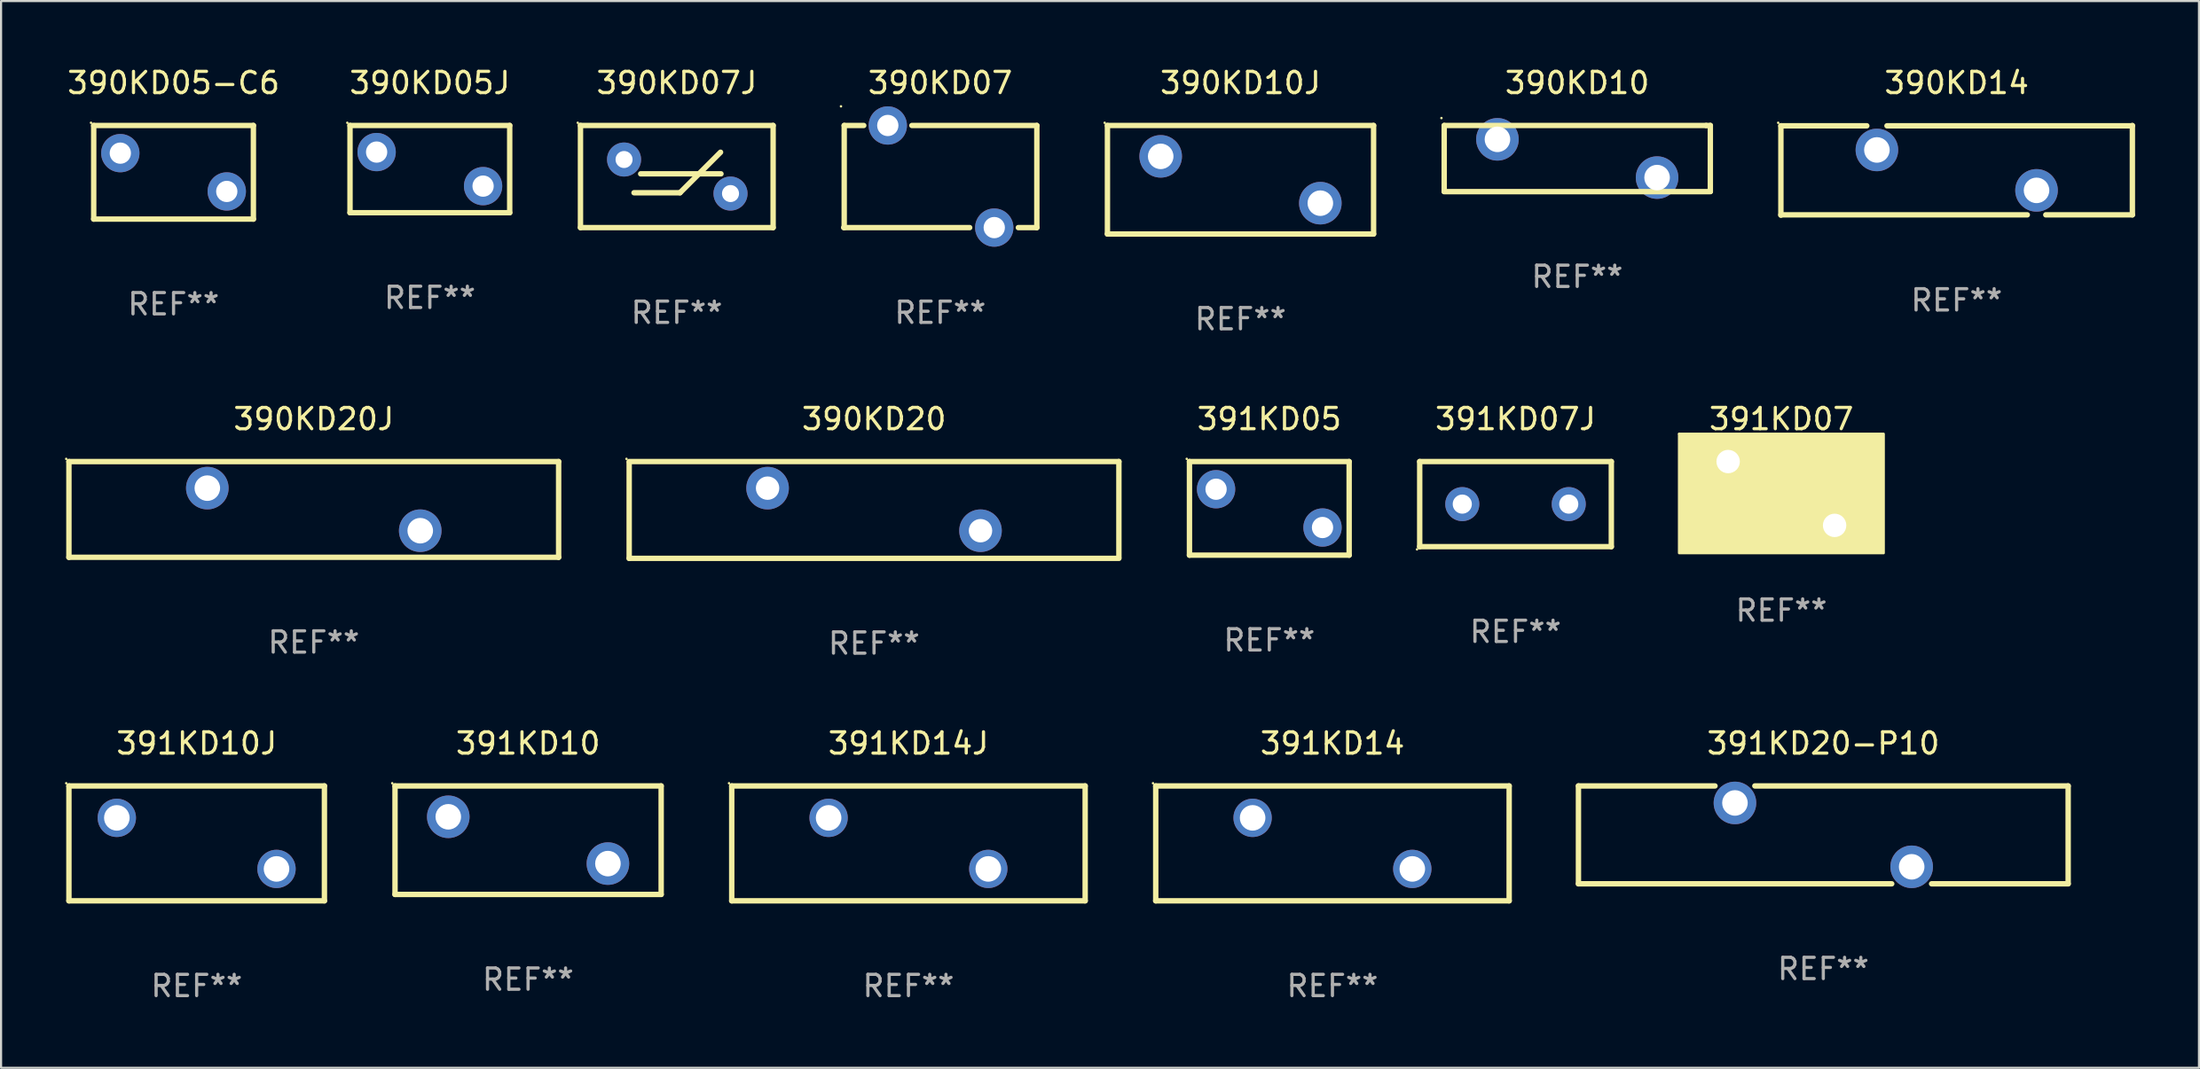
<source format=kicad_pcb>
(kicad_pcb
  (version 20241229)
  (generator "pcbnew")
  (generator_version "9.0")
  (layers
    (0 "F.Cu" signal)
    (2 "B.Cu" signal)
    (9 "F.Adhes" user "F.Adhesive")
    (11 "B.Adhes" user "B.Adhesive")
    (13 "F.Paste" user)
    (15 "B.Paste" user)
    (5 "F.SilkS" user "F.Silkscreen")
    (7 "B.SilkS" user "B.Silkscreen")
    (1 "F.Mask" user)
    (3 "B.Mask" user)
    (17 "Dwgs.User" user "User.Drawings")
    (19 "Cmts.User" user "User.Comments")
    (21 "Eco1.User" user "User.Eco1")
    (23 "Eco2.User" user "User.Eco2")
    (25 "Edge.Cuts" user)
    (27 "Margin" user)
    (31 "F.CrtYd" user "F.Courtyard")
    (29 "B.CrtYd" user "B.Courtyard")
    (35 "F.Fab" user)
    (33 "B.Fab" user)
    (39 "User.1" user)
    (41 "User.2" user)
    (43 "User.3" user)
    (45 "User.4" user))
  (footprint "390KD10J"
    (layer "F.Cu")
    (at 55.212 5.399)
    (property "Reference" "390KD10J" (at 0 -4.55 0) (layer "F.SilkS") (effects (font (size 1 1) (thickness 0.15))))
    (attr through_hole)
    (fp_line (start -6.249 -2.55) (end 6.251 -2.55) (stroke (width 0.254) (type solid)) (layer "F.SilkS"))
    (fp_line (start -6.249 2.55) (end -6.249 -2.55) (stroke (width 0.254) (type solid)) (layer "F.SilkS"))
    (fp_line (start 6.251 -2.55) (end 6.251 2.55) (stroke (width 0.254) (type solid)) (layer "F.SilkS"))
    (fp_line (start 6.251 2.55) (end -6.251 2.55) (stroke (width 0.254) (type solid)) (layer "F.SilkS"))
    (fp_circle (center -6.378 -2.677) (end -6.348 -2.677) (stroke (width 0.06) (type solid)) (fill no) (layer "F.SilkS"))
    (fp_text user "REF**" (at 0 6.55 0) (layer "F.Fab") (effects (font (size 1 1) (thickness 0.15))))
    (pad "1" thru_hole circle (at -3.748 -1.1) (size 2 2) (drill 1.2) (layers "*.Cu" "*.Mask"))
    (pad "2" thru_hole circle (at 3.75 1.1) (size 2 2) (drill 1.2) (layers "*.Cu" "*.Mask")))
  (footprint "390KD07J"
    (layer "F.Cu")
    (at 28.737 5.248)
    (property "Reference" "390KD07J" (at 0 -4.4 0) (layer "F.SilkS") (effects (font (size 1 1) (thickness 0.15))))
    (attr through_hole)
    (fp_line (start -4.524 -2.4) (end -4.524 2.4) (stroke (width 0.254) (type solid)) (layer "F.SilkS"))
    (fp_line (start -4.524 -2.4) (end 4.524 -2.4) (stroke (width 0.254) (type solid)) (layer "F.SilkS"))
    (fp_line (start -4.524 2.4) (end 4.524 2.4) (stroke (width 0.254) (type solid)) (layer "F.SilkS"))
    (fp_line (start -2.009 0.762) (end 0.15 0.762) (stroke (width 0.254) (type solid)) (layer "F.SilkS"))
    (fp_line (start -1.696 -0.127) (end 2.075 -0.127) (stroke (width 0.254) (type solid)) (layer "F.SilkS"))
    (fp_line (start 0.15 0.762) (end 2.055 -1.143) (stroke (width 0.254) (type solid)) (layer "F.SilkS"))
    (fp_line (start 4.524 -2.4) (end 4.524 2.4) (stroke (width 0.254) (type solid)) (layer "F.SilkS"))
    (fp_circle (center -4.651 -2.527) (end -4.621 -2.527) (stroke (width 0.06) (type solid)) (fill no) (layer "F.SilkS"))
    (fp_text user "REF**" (at 0 6.4 0) (layer "F.Fab") (effects (font (size 1 1) (thickness 0.15))))
    (pad "1" thru_hole circle (at -2.477 -0.8) (size 1.6 1.6) (drill 0.8) (layers "*.Cu" "*.Mask"))
    (pad "2" thru_hole circle (at 2.523 0.8) (size 1.6 1.6) (drill 0.8) (layers "*.Cu" "*.Mask")))
  (footprint "391KD14"
    (layer "F.Cu")
    (at 59.531 36.592)
    (property "Reference" "391KD14" (at 0 -4.7 0) (layer "F.SilkS") (effects (font (size 1 1) (thickness 0.15))))
    (attr through_hole)
    (fp_line (start -8.3 -2.7) (end 8.3 -2.7) (stroke (width 0.254) (type solid)) (layer "F.SilkS"))
    (fp_line (start -8.3 2.7) (end -8.3 -2.7) (stroke (width 0.254) (type solid)) (layer "F.SilkS"))
    (fp_line (start 8.3 -2.7) (end 8.3 2.7) (stroke (width 0.254) (type solid)) (layer "F.SilkS"))
    (fp_line (start 8.3 2.7) (end -8.3 2.7) (stroke (width 0.254) (type solid)) (layer "F.SilkS"))
    (fp_circle (center -8.427 -2.827) (end -8.397 -2.827) (stroke (width 0.06) (type solid)) (fill no) (layer "F.SilkS"))
    (fp_text user "REF**" (at 0 6.7 0) (layer "F.Fab") (effects (font (size 1 1) (thickness 0.15))))
    (pad "1" thru_hole circle (at -3.75 -1.2) (size 1.8 1.8) (drill 1.2) (layers "*.Cu" "*.Mask"))
    (pad "2" thru_hole circle (at 3.75 1.2) (size 1.8 1.8) (drill 1.2) (layers "*.Cu" "*.Mask")))
  (footprint "391KD20-P10"
    (layer "F.Cu")
    (at 82.585 36.192)
    (property "Reference" "391KD20-P10" (at 0 -4.3 0) (layer "F.SilkS") (effects (font (size 1 1) (thickness 0.15))))
    (attr through_hole)
    (fp_line (start -11.5 -2.3) (end -5.086 -2.3) (stroke (width 0.254) (type solid)) (layer "F.SilkS"))
    (fp_line (start -11.5 2.3) (end -11.5 -2.3) (stroke (width 0.254) (type solid)) (layer "F.SilkS"))
    (fp_line (start -3.215 -2.3) (end 11.5 -2.3) (stroke (width 0.254) (type solid)) (layer "F.SilkS"))
    (fp_line (start 3.214 2.3) (end -11.5 2.3) (stroke (width 0.254) (type solid)) (layer "F.SilkS"))
    (fp_line (start 11.5 -2.3) (end 11.5 2.3) (stroke (width 0.254) (type solid)) (layer "F.SilkS"))
    (fp_line (start 11.5 2.3) (end 5.086 2.3) (stroke (width 0.254) (type solid)) (layer "F.SilkS"))
    (fp_circle (center -11.5 -2.3) (end -11.47 -2.3) (stroke (width 0.06) (type solid)) (fill no) (layer "F.SilkS"))
    (fp_text user "REF**" (at 0 6.3 0) (layer "F.Fab") (effects (font (size 1 1) (thickness 0.15))))
    (pad "1" thru_hole circle (at -4.15 -1.501) (size 2 2) (drill 1.2) (layers "*.Cu" "*.Mask"))
    (pad "2" thru_hole circle (at 4.15 1.501) (size 2 2) (drill 1.2) (layers "*.Cu" "*.Mask")))
  (footprint "391KD07J"
    (layer "F.Cu")
    (at 68.129 20.645)
    (property "Reference" "391KD07J" (at 0 -4 0) (layer "F.SilkS") (effects (font (size 1 1) (thickness 0.15))))
    (attr through_hole)
    (fp_line (start -4.5 -2) (end 4.5 -2) (stroke (width 0.254) (type solid)) (layer "F.SilkS"))
    (fp_line (start -4.5 2) (end -4.5 -2) (stroke (width 0.254) (type solid)) (layer "F.SilkS"))
    (fp_line (start 4.5 -2) (end 4.5 2) (stroke (width 0.254) (type solid)) (layer "F.SilkS"))
    (fp_line (start 4.5 2) (end -4.5 2) (stroke (width 0.254) (type solid)) (layer "F.SilkS"))
    (fp_circle (center -4.627 2.127) (end -4.597 2.127) (stroke (width 0.06) (type solid)) (fill no) (layer "F.SilkS"))
    (fp_text user "REF**" (at 0 6 0) (layer "F.Fab") (effects (font (size 1 1) (thickness 0.15))))
    (pad "1" thru_hole circle (at -2.5 0) (size 1.6 1.6) (drill 0.9) (layers "*.Cu" "*.Mask"))
    (pad "2" thru_hole circle (at 2.5 0) (size 1.6 1.6) (drill 0.9) (layers "*.Cu" "*.Mask")))
  (footprint "390KD14"
    (layer "F.Cu")
    (at 88.847 4.956)
    (property "Reference" "390KD14" (at 0 -4.108 0) (layer "F.SilkS") (effects (font (size 1 1) (thickness 0.15))))
    (attr through_hole)
    (fp_line (start -8.254 -2.093) (end -4.219 -2.093) (stroke (width 0.254) (type solid)) (layer "F.SilkS"))
    (fp_line (start -8.254 2.108) (end -8.254 -2.093) (stroke (width 0.254) (type solid)) (layer "F.SilkS"))
    (fp_line (start -3.271 -2.093) (end 8.254 -2.093) (stroke (width 0.254) (type solid)) (layer "F.SilkS"))
    (fp_line (start 3.319 2.092) (end -8.254 2.092) (stroke (width 0.254) (type solid)) (layer "F.SilkS"))
    (fp_line (start 8.254 -2.108) (end 8.254 2.092) (stroke (width 0.254) (type solid)) (layer "F.SilkS"))
    (fp_line (start 8.254 2.092) (end 4.188 2.092) (stroke (width 0.254) (type solid)) (layer "F.SilkS"))
    (fp_circle (center -8.381 -2.235) (end -8.351 -2.235) (stroke (width 0.06) (type solid)) (fill no) (layer "F.SilkS"))
    (fp_text user "REF**" (at 0 6.108 0) (layer "F.Fab") (effects (font (size 1 1) (thickness 0.15))))
    (pad "1" thru_hole circle (at -3.745 -0.958) (size 2 2) (drill 1.2) (layers "*.Cu" "*.Mask"))
    (pad "2" thru_hole circle (at 3.753 0.942) (size 2 2) (drill 1.2) (layers "*.Cu" "*.Mask")))
  (footprint "391KD05"
    (layer "F.Cu")
    (at 56.565 20.845)
    (property "Reference" "391KD05" (at 0 -4.2 0) (layer "F.SilkS") (effects (font (size 1 1) (thickness 0.15))))
    (attr through_hole)
    (fp_line (start -3.75 -2.2) (end 3.75 -2.2) (stroke (width 0.254) (type solid)) (layer "F.SilkS"))
    (fp_line (start -3.75 2.2) (end -3.75 -2.2) (stroke (width 0.254) (type solid)) (layer "F.SilkS"))
    (fp_line (start 3.75 -2.2) (end 3.75 2.2) (stroke (width 0.254) (type solid)) (layer "F.SilkS"))
    (fp_line (start 3.75 2.2) (end -3.75 2.2) (stroke (width 0.254) (type solid)) (layer "F.SilkS"))
    (fp_circle (center -3.877 -2.327) (end -3.847 -2.327) (stroke (width 0.06) (type solid)) (fill no) (layer "F.SilkS"))
    (fp_text user "REF**" (at 0 6.2 0) (layer "F.Fab") (effects (font (size 1 1) (thickness 0.15))))
    (pad "1" thru_hole circle (at -2.5 -0.9) (size 1.8 1.8) (drill 1) (layers "*.Cu" "*.Mask"))
    (pad "2" thru_hole circle (at 2.5 0.9) (size 1.8 1.8) (drill 1) (layers "*.Cu" "*.Mask")))
  (footprint "390KD10"
    (layer "F.Cu")
    (at 71.028 4.403)
    (property "Reference" "390KD10" (at 0 -3.555 0) (layer "F.SilkS") (effects (font (size 1 1) (thickness 0.15))))
    (attr through_hole)
    (fp_line (start -6.249 -1.555) (end 6.056 -1.554) (stroke (width 0.254) (type solid)) (layer "F.SilkS"))
    (fp_line (start -6.249 1.545) (end -6.249 -1.554) (stroke (width 0.254) (type solid)) (layer "F.SilkS"))
    (fp_line (start 6.056 -1.554) (end 6.251 -1.555) (stroke (width 0.254) (type solid)) (layer "F.SilkS"))
    (fp_line (start 6.251 -1.555) (end 6.251 1.545) (stroke (width 0.254) (type solid)) (layer "F.SilkS"))
    (fp_line (start 6.251 1.555) (end -6.251 1.555) (stroke (width 0.254) (type solid)) (layer "F.SilkS"))
    (fp_circle (center -6.378 -1.904) (end -6.348 -1.904) (stroke (width 0.06) (type solid)) (fill no) (layer "F.SilkS"))
    (fp_text user "REF**" (at 0 5.555 0) (layer "F.Fab") (effects (font (size 1 1) (thickness 0.15))))
    (pad "1" thru_hole circle (at -3.748 -0.904) (size 2 2) (drill 1.2) (layers "*.Cu" "*.Mask"))
    (pad "2" thru_hole circle (at 3.75 0.894) (size 2 2) (drill 1.2) (layers "*.Cu" "*.Mask")))
  (footprint "391KD07"
    (layer "F.Cu")
    (at 80.616 20.145)
    (property "Reference" "391KD07" (at 0 -3.5 0) (layer "F.SilkS") (effects (font (size 1 1) (thickness 0.15))))
    (attr through_hole)
    (fp_circle (center -4.8 -2.8) (end -4.77 -2.8) (stroke (width 0.06) (type solid)) (fill no) (layer "F.SilkS"))
    (fp_poly (pts (xy -4.8 -2.8) (xy 4.8 -2.8) (xy 4.8 2.8) (xy -4.8 2.8)) (stroke (width 0.12) (type solid)) (fill yes) (layer "F.SilkS"))
    (fp_text user "REF**" (at 0 5.5 0) (layer "F.Fab") (effects (font (size 1 1) (thickness 0.15))))
    (pad "1" thru_hole circle (at -2.5 -1.5) (size 1.8 1.8) (drill 1.1) (layers "*.Cu" "*.Mask"))
    (pad "2" thru_hole circle (at 2.5 1.5) (size 1.8 1.8) (drill 1.1) (layers "*.Cu" "*.Mask")))
  (footprint "390KD05-C6"
    (layer "F.Cu")
    (at 5.101 5.048)
    (property "Reference" "390KD05-C6" (at 0 -4.2 0) (layer "F.SilkS") (effects (font (size 1 1) (thickness 0.15))))
    (attr through_hole)
    (fp_line (start -3.75 -2.2) (end 3.75 -2.2) (stroke (width 0.254) (type solid)) (layer "F.SilkS"))
    (fp_line (start -3.75 2.2) (end -3.75 -2.2) (stroke (width 0.254) (type solid)) (layer "F.SilkS"))
    (fp_line (start 3.75 -2.2) (end 3.75 2.2) (stroke (width 0.254) (type solid)) (layer "F.SilkS"))
    (fp_line (start 3.75 2.2) (end -3.75 2.2) (stroke (width 0.254) (type solid)) (layer "F.SilkS"))
    (fp_circle (center -3.877 -2.327) (end -3.847 -2.327) (stroke (width 0.06) (type solid)) (fill no) (layer "F.SilkS"))
    (fp_text user "REF**" (at 0 6.2 0) (layer "F.Fab") (effects (font (size 1 1) (thickness 0.15))))
    (pad "1" thru_hole circle (at -2.5 -0.9) (size 1.8 1.8) (drill 1) (layers "*.Cu" "*.Mask"))
    (pad "2" thru_hole circle (at 2.5 0.9) (size 1.8 1.8) (drill 1) (layers "*.Cu" "*.Mask")))
  (footprint "391KD10"
    (layer "F.Cu")
    (at 21.752 36.442)
    (property "Reference" "391KD10" (at 0 -4.55 0) (layer "F.SilkS") (effects (font (size 1 1) (thickness 0.15))))
    (attr through_hole)
    (fp_line (start -6.249 -2.55) (end 6.251 -2.55) (stroke (width 0.254) (type solid)) (layer "F.SilkS"))
    (fp_line (start -6.249 2.55) (end -6.249 -2.55) (stroke (width 0.254) (type solid)) (layer "F.SilkS"))
    (fp_line (start 6.251 -2.55) (end 6.251 2.55) (stroke (width 0.254) (type solid)) (layer "F.SilkS"))
    (fp_line (start 6.251 2.55) (end -6.251 2.55) (stroke (width 0.254) (type solid)) (layer "F.SilkS"))
    (fp_circle (center -6.378 -2.677) (end -6.348 -2.677) (stroke (width 0.06) (type solid)) (fill no) (layer "F.SilkS"))
    (fp_text user "REF**" (at 0 6.55 0) (layer "F.Fab") (effects (font (size 1 1) (thickness 0.15))))
    (pad "1" thru_hole circle (at -3.748 -1.1) (size 2 2) (drill 1.2) (layers "*.Cu" "*.Mask"))
    (pad "2" thru_hole circle (at 3.75 1.1) (size 2 2) (drill 1.2) (layers "*.Cu" "*.Mask")))
  (footprint "390KD05J"
    (layer "F.Cu")
    (at 17.139 4.898)
    (property "Reference" "390KD05J" (at 0 -4.05 0) (layer "F.SilkS") (effects (font (size 1 1) (thickness 0.15))))
    (attr through_hole)
    (fp_line (start -3.75 -2.05) (end -3.75 2.05) (stroke (width 0.254) (type solid)) (layer "F.SilkS"))
    (fp_line (start -3.75 -2.05) (end 3.75 -2.05) (stroke (width 0.254) (type solid)) (layer "F.SilkS"))
    (fp_line (start -3.75 2.05) (end 3.75 2.05) (stroke (width 0.254) (type solid)) (layer "F.SilkS"))
    (fp_line (start 3.75 -2.05) (end 3.75 2.05) (stroke (width 0.254) (type solid)) (layer "F.SilkS"))
    (fp_circle (center -3.877 -2.177) (end -3.847 -2.177) (stroke (width 0.06) (type solid)) (fill no) (layer "F.SilkS"))
    (fp_text user "REF**" (at 0 6.05 0) (layer "F.Fab") (effects (font (size 1 1) (thickness 0.15))))
    (pad "1" thru_hole circle (at -2.5 -0.8) (size 1.8 1.8) (drill 1) (layers "*.Cu" "*.Mask"))
    (pad "2" thru_hole circle (at 2.5 0.8) (size 1.8 1.8) (drill 1) (layers "*.Cu" "*.Mask")))
  (footprint "390KD20"
    (layer "F.Cu")
    (at 38.001 20.92)
    (property "Reference" "390KD20" (at 0 -4.275 0) (layer "F.SilkS") (effects (font (size 1 1) (thickness 0.15))))
    (attr through_hole)
    (fp_line (start -11.5 -2.275) (end 11.5 -2.275) (stroke (width 0.254) (type solid)) (layer "F.SilkS"))
    (fp_line (start -11.5 2.275) (end -11.5 -2.225) (stroke (width 0.254) (type solid)) (layer "F.SilkS"))
    (fp_line (start 11.5 -2.275) (end 11.5 2.225) (stroke (width 0.254) (type solid)) (layer "F.SilkS"))
    (fp_line (start 11.5 2.275) (end -11.5 2.275) (stroke (width 0.254) (type solid)) (layer "F.SilkS"))
    (fp_circle (center -11.627 -2.402) (end -11.597 -2.402) (stroke (width 0.06) (type solid)) (fill no) (layer "F.SilkS"))
    (fp_text user "REF**" (at 0 6.275 0) (layer "F.Fab") (effects (font (size 1 1) (thickness 0.15))))
    (pad "1" thru_hole circle (at -5 -1.025) (size 2 2) (drill 1.1) (layers "*.Cu" "*.Mask"))
    (pad "2" thru_hole circle (at 5 0.975) (size 2 2) (drill 1.1) (layers "*.Cu" "*.Mask")))
  (footprint "390KD20J"
    (layer "F.Cu")
    (at 11.687 20.896)
    (property "Reference" "390KD20J" (at 0 -4.25 0) (layer "F.SilkS") (effects (font (size 1 1) (thickness 0.15))))
    (attr through_hole)
    (fp_line (start -11.5 -2.25) (end 11.5 -2.25) (stroke (width 0.254) (type solid)) (layer "F.SilkS"))
    (fp_line (start -11.5 2.25) (end -11.5 -2.25) (stroke (width 0.254) (type solid)) (layer "F.SilkS"))
    (fp_line (start 11.5 -2.25) (end 11.5 2.25) (stroke (width 0.254) (type solid)) (layer "F.SilkS"))
    (fp_line (start 11.5 2.249) (end -11.5 2.249) (stroke (width 0.254) (type solid)) (layer "F.SilkS"))
    (fp_circle (center -11.627 -2.377) (end -11.597 -2.377) (stroke (width 0.06) (type solid)) (fill no) (layer "F.SilkS"))
    (fp_text user "REF**" (at 0 6.25 0) (layer "F.Fab") (effects (font (size 1 1) (thickness 0.15))))
    (pad "1" thru_hole circle (at -5 -1.002) (size 2 2) (drill 1.2) (layers "*.Cu" "*.Mask"))
    (pad "2" thru_hole circle (at 5 0.999) (size 2 2) (drill 1.2) (layers "*.Cu" "*.Mask")))
  (footprint "391KD10J"
    (layer "F.Cu")
    (at 6.187 36.592)
    (property "Reference" "391KD10J" (at 0 -4.7 0) (layer "F.SilkS") (effects (font (size 1 1) (thickness 0.15))))
    (attr through_hole)
    (fp_line (start -6 -2.7) (end 6 -2.7) (stroke (width 0.254) (type solid)) (layer "F.SilkS"))
    (fp_line (start -6 2.7) (end -6 -2.7) (stroke (width 0.254) (type solid)) (layer "F.SilkS"))
    (fp_line (start 6 -2.7) (end 6 2.7) (stroke (width 0.254) (type solid)) (layer "F.SilkS"))
    (fp_line (start 6 2.7) (end -6 2.7) (stroke (width 0.254) (type solid)) (layer "F.SilkS"))
    (fp_circle (center -6.127 -2.827) (end -6.097 -2.827) (stroke (width 0.06) (type solid)) (fill no) (layer "F.SilkS"))
    (fp_text user "REF**" (at 0 6.7 0) (layer "F.Fab") (effects (font (size 1 1) (thickness 0.15))))
    (pad "1" thru_hole circle (at -3.75 -1.2) (size 1.8 1.8) (drill 1.2) (layers "*.Cu" "*.Mask"))
    (pad "2" thru_hole circle (at 3.75 1.2) (size 1.8 1.8) (drill 1.2) (layers "*.Cu" "*.Mask")))
  (footprint "390KD07"
    (layer "F.Cu")
    (at 41.111 5.248)
    (property "Reference" "390KD07" (at 0 -4.4 0) (layer "F.SilkS") (effects (font (size 1 1) (thickness 0.15))))
    (attr through_hole)
    (fp_line (start -4.536 2.4) (end 1.382 2.4) (stroke (width 0.254) (type solid)) (layer "F.SilkS"))
    (fp_line (start -4.511 -2.4) (end -4.511 2.4) (stroke (width 0.254) (type solid)) (layer "F.SilkS"))
    (fp_line (start -4.511 -2.4) (end -3.594 -2.4) (stroke (width 0.254) (type solid)) (layer "F.SilkS"))
    (fp_line (start -1.333 -2.4) (end 4.536 -2.4) (stroke (width 0.254) (type solid)) (layer "F.SilkS"))
    (fp_line (start 3.667 2.4) (end 4.536 2.4) (stroke (width 0.254) (type solid)) (layer "F.SilkS"))
    (fp_line (start 4.536 -2.4) (end 4.536 2.4) (stroke (width 0.254) (type solid)) (layer "F.SilkS"))
    (fp_circle (center -4.663 -3.3) (end -4.633 -3.3) (stroke (width 0.06) (type solid)) (fill no) (layer "F.SilkS"))
    (fp_text user "REF**" (at 0 6.4 0) (layer "F.Fab") (effects (font (size 1 1) (thickness 0.15))))
    (pad "1" thru_hole circle (at -2.464 -2.4) (size 1.8 1.8) (drill 1) (layers "*.Cu" "*.Mask"))
    (pad "2" thru_hole circle (at 2.536 2.4) (size 1.8 1.8) (drill 1) (layers "*.Cu" "*.Mask")))
  (footprint "391KD14J"
    (layer "F.Cu")
    (at 39.617 36.592)
    (property "Reference" "391KD14J" (at 0 -4.7 0) (layer "F.SilkS") (effects (font (size 1 1) (thickness 0.15))))
    (attr through_hole)
    (fp_line (start -8.3 -2.7) (end 8.3 -2.7) (stroke (width 0.254) (type solid)) (layer "F.SilkS"))
    (fp_line (start -8.3 2.7) (end -8.3 -2.7) (stroke (width 0.254) (type solid)) (layer "F.SilkS"))
    (fp_line (start 8.3 -2.7) (end 8.3 2.7) (stroke (width 0.254) (type solid)) (layer "F.SilkS"))
    (fp_line (start 8.3 2.7) (end -8.3 2.7) (stroke (width 0.254) (type solid)) (layer "F.SilkS"))
    (fp_circle (center -8.427 -2.827) (end -8.397 -2.827) (stroke (width 0.06) (type solid)) (fill no) (layer "F.SilkS"))
    (fp_text user "REF**" (at 0 6.7 0) (layer "F.Fab") (effects (font (size 1 1) (thickness 0.15))))
    (pad "1" thru_hole circle (at -3.75 -1.2) (size 1.8 1.8) (drill 1.2) (layers "*.Cu" "*.Mask"))
    (pad "2" thru_hole circle (at 3.75 1.2) (size 1.8 1.8) (drill 1.2) (layers "*.Cu" "*.Mask")))
  (gr_rect
    (start -3 -3)
    (end 100.229 47.14)
    (stroke (width 0.1) (type default))
    (fill no)
    (layer "Edge.Cuts")))
</source>
